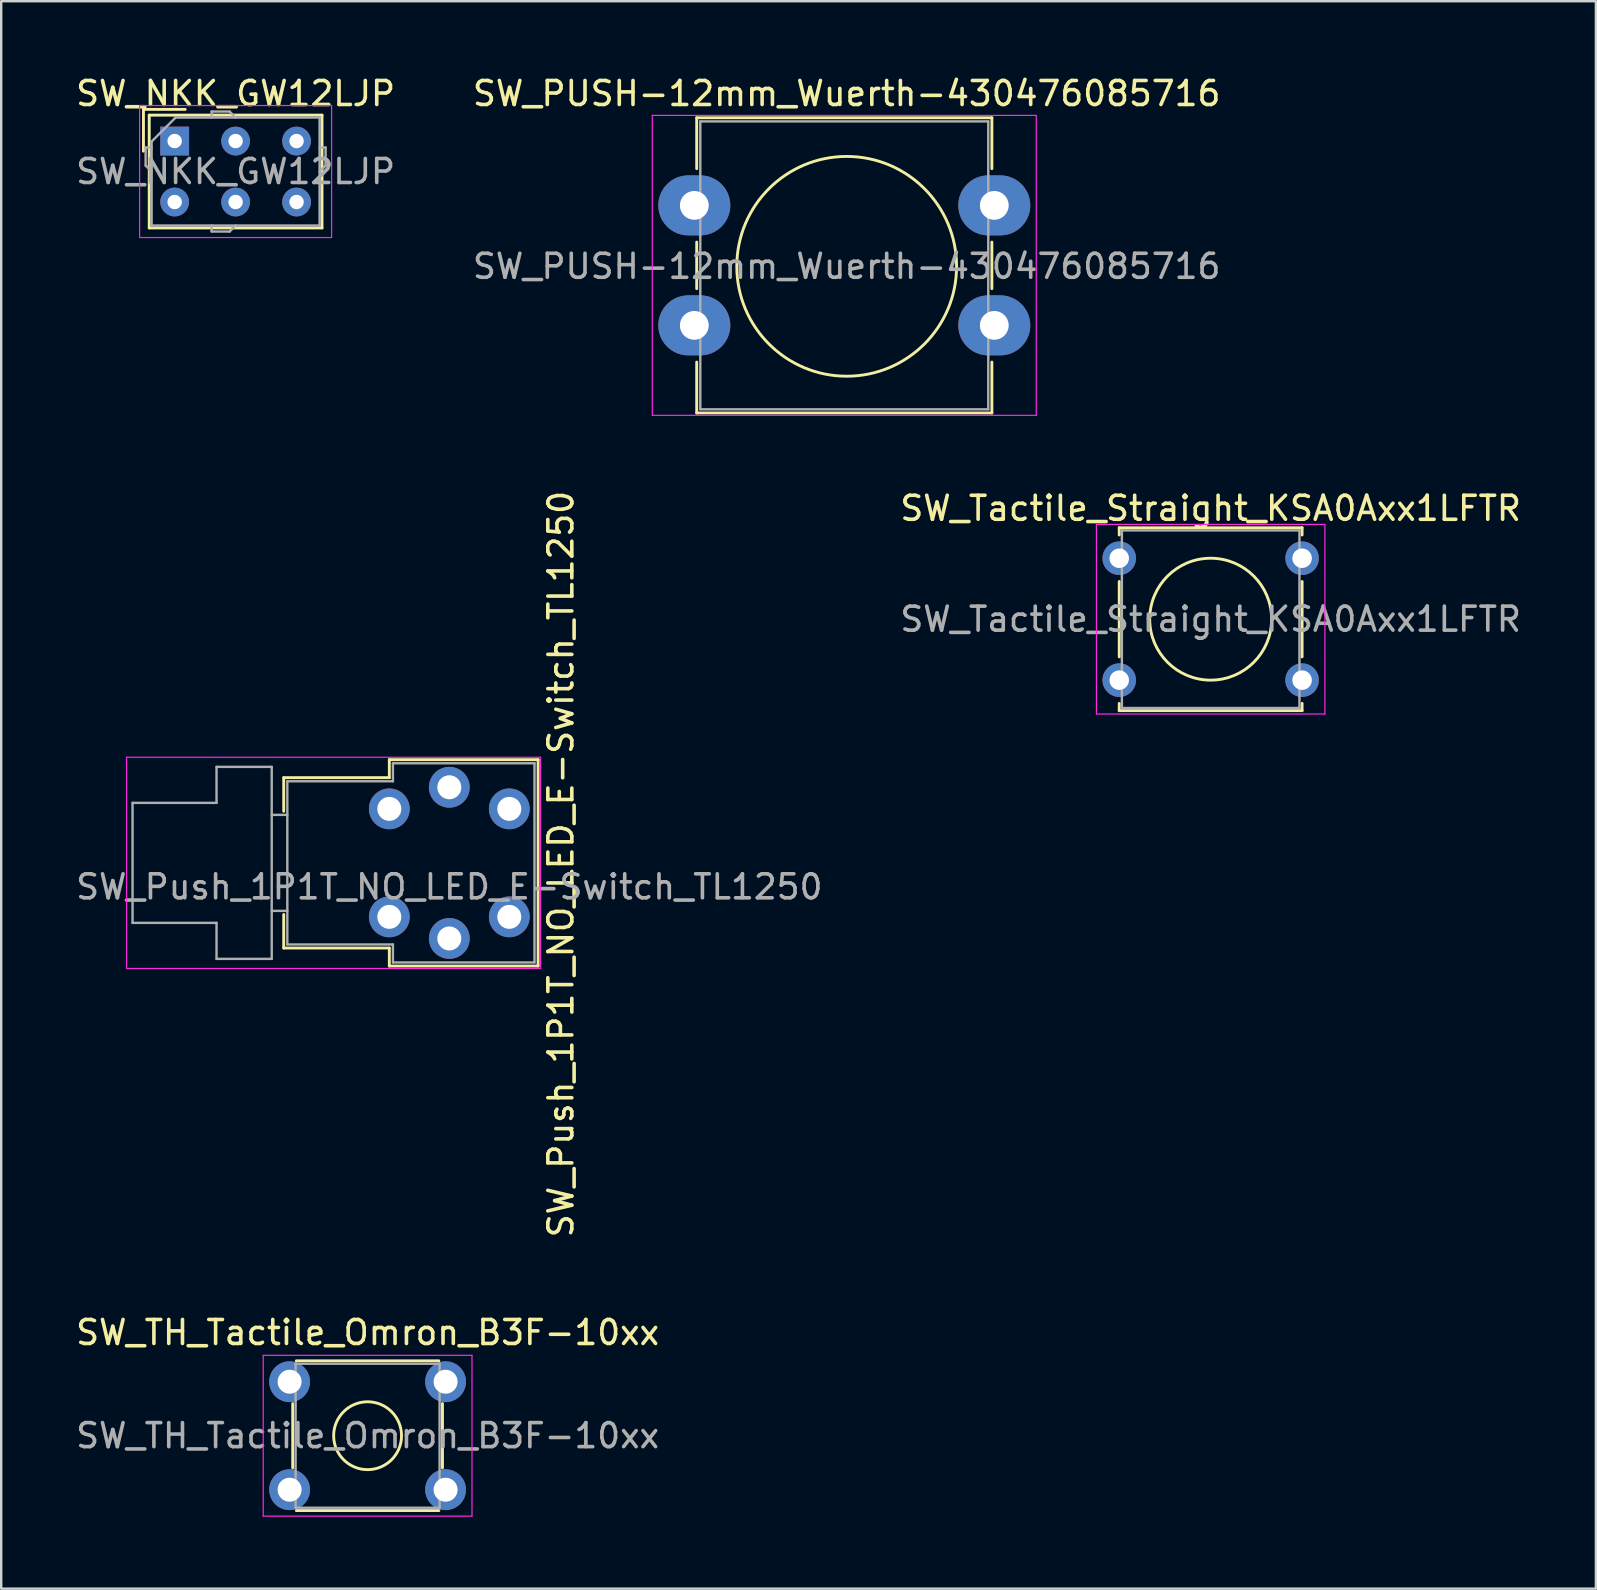
<source format=kicad_pcb>
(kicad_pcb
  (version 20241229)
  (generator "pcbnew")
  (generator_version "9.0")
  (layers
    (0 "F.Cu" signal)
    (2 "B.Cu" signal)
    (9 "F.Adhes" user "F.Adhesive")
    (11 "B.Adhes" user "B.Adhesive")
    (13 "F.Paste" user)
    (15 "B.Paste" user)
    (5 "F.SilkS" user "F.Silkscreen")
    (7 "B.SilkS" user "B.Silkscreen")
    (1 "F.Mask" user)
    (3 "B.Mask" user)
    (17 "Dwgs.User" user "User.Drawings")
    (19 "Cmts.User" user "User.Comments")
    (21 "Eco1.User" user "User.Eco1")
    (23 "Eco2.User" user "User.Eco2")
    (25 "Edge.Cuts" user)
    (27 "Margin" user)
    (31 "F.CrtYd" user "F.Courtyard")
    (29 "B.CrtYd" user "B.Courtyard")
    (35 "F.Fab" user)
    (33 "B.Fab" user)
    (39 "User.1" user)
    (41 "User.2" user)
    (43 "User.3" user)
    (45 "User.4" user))
  (footprint "SW_Push_1P1T_NO_LED_E-Switch_TL1250"
    (layer "F.Cu")
    (at 13.173 30.656)
    (property "Reference" "SW_Push_1P1T_NO_LED_E-Switch_TL1250" (at 7.15 2.3 90) (layer "F.SilkS") (effects (font (size 1 1) (thickness 0.15))))
    (attr through_hole)
    (fp_line (start -4.4 -1.3) (end -4.4 0.1) (stroke (width 0.12) (type solid)) (layer "F.SilkS"))
    (fp_line (start -4.4 5.8) (end -4.4 4.4) (stroke (width 0.12) (type solid)) (layer "F.SilkS"))
    (fp_line (start 0 -2.05) (end 6.2 -2.05) (stroke (width 0.12) (type solid)) (layer "F.SilkS"))
    (fp_line (start 0 -1.3) (end -4.4 -1.3) (stroke (width 0.12) (type solid)) (layer "F.SilkS"))
    (fp_line (start 0 -1.3) (end 0 -2.05) (stroke (width 0.12) (type solid)) (layer "F.SilkS"))
    (fp_line (start 0 5.8) (end -4.4 5.8) (stroke (width 0.12) (type solid)) (layer "F.SilkS"))
    (fp_line (start 0 6.55) (end 0 5.8) (stroke (width 0.12) (type solid)) (layer "F.SilkS"))
    (fp_line (start 6.2 -2.05) (end 6.2 6.55) (stroke (width 0.12) (type solid)) (layer "F.SilkS"))
    (fp_line (start 6.2 6.55) (end 0 6.55) (stroke (width 0.12) (type solid)) (layer "F.SilkS"))
    (fp_line (start -10.95 6.65) (end -10.95 -2.15) (stroke (width 0.05) (type solid)) (layer "F.CrtYd"))
    (fp_line (start 6.3 -2.15) (end -10.95 -2.15) (stroke (width 0.05) (type solid)) (layer "F.CrtYd"))
    (fp_line (start 6.3 -2.15) (end 6.3 6.65) (stroke (width 0.05) (type solid)) (layer "F.CrtYd"))
    (fp_line (start 6.3 6.65) (end -10.95 6.65) (stroke (width 0.05) (type solid)) (layer "F.CrtYd"))
    (fp_line (start -10.7 -0.25) (end -10.7 4.75) (stroke (width 0.1) (type solid)) (layer "F.Fab"))
    (fp_line (start -10.7 4.75) (end -7.2 4.75) (stroke (width 0.1) (type solid)) (layer "F.Fab"))
    (fp_line (start -7.2 -1.75) (end -7.2 -0.25) (stroke (width 0.1) (type solid)) (layer "F.Fab"))
    (fp_line (start -7.2 -0.25) (end -10.7 -0.25) (stroke (width 0.1) (type solid)) (layer "F.Fab"))
    (fp_line (start -7.2 4.75) (end -7.2 6.25) (stroke (width 0.1) (type solid)) (layer "F.Fab"))
    (fp_line (start -7.2 6.25) (end -4.9 6.25) (stroke (width 0.1) (type solid)) (layer "F.Fab"))
    (fp_line (start -4.9 -1.75) (end -7.2 -1.75) (stroke (width 0.1) (type solid)) (layer "F.Fab"))
    (fp_line (start -4.9 0.25) (end -4.25 0.25) (stroke (width 0.1) (type solid)) (layer "F.Fab"))
    (fp_line (start -4.9 4.25) (end -4.25 4.25) (stroke (width 0.1) (type solid)) (layer "F.Fab"))
    (fp_line (start -4.9 6.25) (end -4.9 -1.75) (stroke (width 0.1) (type solid)) (layer "F.Fab"))
    (fp_line (start -4.25 -1.15) (end -4.25 5.65) (stroke (width 0.1) (type solid)) (layer "F.Fab"))
    (fp_line (start -4.25 5.65) (end 0.15 5.65) (stroke (width 0.1) (type solid)) (layer "F.Fab"))
    (fp_line (start 0.15 -1.9) (end 0.15 -1.15) (stroke (width 0.1) (type solid)) (layer "F.Fab"))
    (fp_line (start 0.15 -1.15) (end -4.25 -1.15) (stroke (width 0.1) (type solid)) (layer "F.Fab"))
    (fp_line (start 0.15 5.65) (end 0.15 6.4) (stroke (width 0.1) (type solid)) (layer "F.Fab"))
    (fp_line (start 0.15 6.4) (end 6.05 6.4) (stroke (width 0.1) (type solid)) (layer "F.Fab"))
    (fp_line (start 6.05 -1.9) (end 0.15 -1.9) (stroke (width 0.1) (type solid)) (layer "F.Fab"))
    (fp_line (start 6.05 6.4) (end 6.05 -1.9) (stroke (width 0.1) (type solid)) (layer "F.Fab"))
    (fp_text user "${REFERENCE}" (at 2.5 3.25 0) (layer "F.Fab") (effects (font (size 1 1) (thickness 0.15))))
    (pad "1" thru_hole circle (at 0 0) (size 1.7 1.7) (drill 1) (layers "*.Cu" "*.Mask"))
    (pad "1" thru_hole circle (at 5 0) (size 1.7 1.7) (drill 1) (layers "*.Cu" "*.Mask"))
    (pad "2" thru_hole circle (at 0 4.5) (size 1.7 1.7) (drill 1) (layers "*.Cu" "*.Mask"))
    (pad "2" thru_hole circle (at 5 4.5) (size 1.7 1.7) (drill 1) (layers "*.Cu" "*.Mask"))
    (pad "3" thru_hole circle (at 2.5 -0.9) (size 1.7 1.7) (drill 1) (layers "*.Cu" "*.Mask"))
    (pad "4" thru_hole circle (at 2.5 5.4) (size 1.7 1.7) (drill 1) (layers "*.Cu" "*.Mask")))
  (footprint "SW_NKK_GW12LJP"
    (layer "F.Cu")
    (at 4.228 2.828)
    (property "Reference" "SW_NKK_GW12LJP" (at 2.54 -1.98 0) (layer "F.SilkS") (effects (font (size 1 1) (thickness 0.15))))
    (attr through_hole)
    (fp_line (start -1.3 -1.32) (end 0.44 -1.32) (stroke (width 0.12) (type solid)) (layer "F.SilkS"))
    (fp_line (start -1.3 0.42) (end -1.3 -1.32) (stroke (width 0.12) (type solid)) (layer "F.SilkS"))
    (fp_line (start -1.06 -1.08) (end -1.06 3.62) (stroke (width 0.12) (type solid)) (layer "F.SilkS"))
    (fp_line (start -1.06 3.62) (end 6.14 3.62) (stroke (width 0.12) (type solid)) (layer "F.SilkS"))
    (fp_line (start 6.14 -1.08) (end -1.06 -1.08) (stroke (width 0.12) (type solid)) (layer "F.SilkS"))
    (fp_line (start 6.14 3.62) (end 6.14 -1.08) (stroke (width 0.12) (type solid)) (layer "F.SilkS"))
    (fp_line (start -1.46 -1.48) (end -1.46 4.02) (stroke (width 0.05) (type solid)) (layer "F.CrtYd"))
    (fp_line (start -1.46 4.02) (end 6.54 4.02) (stroke (width 0.05) (type solid)) (layer "F.CrtYd"))
    (fp_line (start 6.54 -1.48) (end -1.46 -1.48) (stroke (width 0.05) (type solid)) (layer "F.CrtYd"))
    (fp_line (start 6.54 4.02) (end 6.54 -1.48) (stroke (width 0.05) (type solid)) (layer "F.CrtYd"))
    (fp_line (start -1.21 0.27) (end -0.96 0.27) (stroke (width 0.1) (type solid)) (layer "F.Fab"))
    (fp_line (start -1.21 1.02) (end -1.21 0.27) (stroke (width 0.1) (type solid)) (layer "F.Fab"))
    (fp_line (start -0.96 0.02) (end 0.04 -0.98) (stroke (width 0.1) (type solid)) (layer "F.Fab"))
    (fp_line (start -0.96 1.27) (end -1.21 1.02) (stroke (width 0.1) (type solid)) (layer "F.Fab"))
    (fp_line (start -0.96 3.52) (end -0.96 0.02) (stroke (width 0.1) (type solid)) (layer "F.Fab"))
    (fp_line (start 0.04 -0.98) (end 6.04 -0.98) (stroke (width 0.1) (type solid)) (layer "F.Fab"))
    (fp_line (start 1.54 -1.23) (end 1.54 -0.98) (stroke (width 0.1) (type solid)) (layer "F.Fab"))
    (fp_line (start 1.54 3.77) (end 1.54 3.52) (stroke (width 0.1) (type solid)) (layer "F.Fab"))
    (fp_line (start 2.29 -1.23) (end 1.54 -1.23) (stroke (width 0.1) (type solid)) (layer "F.Fab"))
    (fp_line (start 2.29 3.77) (end 1.54 3.77) (stroke (width 0.1) (type solid)) (layer "F.Fab"))
    (fp_line (start 2.54 -0.98) (end 2.29 -1.23) (stroke (width 0.1) (type solid)) (layer "F.Fab"))
    (fp_line (start 2.54 3.52) (end 2.29 3.77) (stroke (width 0.1) (type solid)) (layer "F.Fab"))
    (fp_line (start 6.04 -0.98) (end 6.04 3.52) (stroke (width 0.1) (type solid)) (layer "F.Fab"))
    (fp_line (start 6.04 1.27) (end 6.29 1.02) (stroke (width 0.1) (type solid)) (layer "F.Fab"))
    (fp_line (start 6.04 3.52) (end -0.96 3.52) (stroke (width 0.1) (type solid)) (layer "F.Fab"))
    (fp_line (start 6.29 0.27) (end 6.04 0.27) (stroke (width 0.1) (type solid)) (layer "F.Fab"))
    (fp_line (start 6.29 1.02) (end 6.29 0.27) (stroke (width 0.1) (type solid)) (layer "F.Fab"))
    (fp_text user "${REFERENCE}" (at 2.54 1.27 0) (layer "F.Fab") (effects (font (size 1 1) (thickness 0.15))))
    (pad "1" thru_hole rect (at 0 0) (size 1.2 1.2) (drill 0.6) (layers "*.Cu" "*.Mask"))
    (pad "2" thru_hole circle (at 2.54 0) (size 1.2 1.2) (drill 0.6) (layers "*.Cu" "*.Mask"))
    (pad "3" thru_hole circle (at 5.08 0) (size 1.2 1.2) (drill 0.6) (layers "*.Cu" "*.Mask"))
    (pad "4" thru_hole circle (at 0 2.54) (size 1.2 1.2) (drill 0.6) (layers "*.Cu" "*.Mask"))
    (pad "5" thru_hole circle (at 2.54 2.54) (size 1.2 1.2) (drill 0.6) (layers "*.Cu" "*.Mask"))
    (pad "6" thru_hole circle (at 5.08 2.54) (size 1.2 1.2) (drill 0.6) (layers "*.Cu" "*.Mask")))
  (footprint "SW_PUSH-12mm_Wuerth-430476085716"
    (layer "F.Cu")
    (at 25.882 5.508)
    (property "Reference" "SW_PUSH-12mm_Wuerth-430476085716" (at 6.35 -4.66 0) (layer "F.SilkS") (effects (font (size 1 1) (thickness 0.15))))
    (attr through_hole)
    (fp_line (start 0.1 -3.65) (end 12.4 -3.65) (stroke (width 0.12) (type solid)) (layer "F.SilkS"))
    (fp_line (start 0.1 -1.53) (end 0.1 -3.65) (stroke (width 0.12) (type solid)) (layer "F.SilkS"))
    (fp_line (start 0.1 3.47) (end 0.1 1.53) (stroke (width 0.12) (type solid)) (layer "F.SilkS"))
    (fp_line (start 0.1 8.65) (end 0.1 6.53) (stroke (width 0.12) (type solid)) (layer "F.SilkS"))
    (fp_line (start 12.4 -3.65) (end 12.4 -1.53) (stroke (width 0.12) (type solid)) (layer "F.SilkS"))
    (fp_line (start 12.4 1.53) (end 12.4 3.47) (stroke (width 0.12) (type solid)) (layer "F.SilkS"))
    (fp_line (start 12.4 6.53) (end 12.4 8.65) (stroke (width 0.12) (type solid)) (layer "F.SilkS"))
    (fp_line (start 12.4 8.65) (end 0.1 8.65) (stroke (width 0.12) (type solid)) (layer "F.SilkS"))
    (fp_circle (center 6.35 2.54) (end 10.929 2.54) (stroke (width 0.12) (type solid)) (fill no) (layer "F.SilkS"))
    (fp_line (start -1.75 -3.75) (end -1.75 8.75) (stroke (width 0.05) (type solid)) (layer "F.CrtYd"))
    (fp_line (start -1.75 8.75) (end 14.25 8.75) (stroke (width 0.05) (type solid)) (layer "F.CrtYd"))
    (fp_line (start 14.25 -3.75) (end -1.75 -3.75) (stroke (width 0.05) (type solid)) (layer "F.CrtYd"))
    (fp_line (start 14.25 8.75) (end 14.25 -3.75) (stroke (width 0.05) (type solid)) (layer "F.CrtYd"))
    (fp_line (start 0.25 -3.5) (end 0.25 8.5) (stroke (width 0.1) (type solid)) (layer "F.Fab"))
    (fp_line (start 0.25 8.5) (end 12.25 8.5) (stroke (width 0.1) (type solid)) (layer "F.Fab"))
    (fp_line (start 12.25 -3.5) (end 0.25 -3.5) (stroke (width 0.1) (type solid)) (layer "F.Fab"))
    (fp_line (start 12.25 8.5) (end 12.25 -3.5) (stroke (width 0.1) (type solid)) (layer "F.Fab"))
    (fp_text user "${REFERENCE}" (at 6.35 2.54 0) (layer "F.Fab") (effects (font (size 1 1) (thickness 0.15))))
    (pad "1" thru_hole oval (at 0 0) (size 3 2.5) (drill 1.2) (layers "*.Cu" "*.Mask"))
    (pad "1" thru_hole oval (at 12.5 0) (size 3 2.5) (drill 1.2) (layers "*.Cu" "*.Mask"))
    (pad "2" thru_hole oval (at 0 5) (size 3 2.5) (drill 1.2) (layers "*.Cu" "*.Mask"))
    (pad "2" thru_hole oval (at 12.5 5) (size 3 2.5) (drill 1.2) (layers "*.Cu" "*.Mask")))
  (footprint "SW_Tactile_Straight_KSA0Axx1LFTR"
    (layer "F.Cu")
    (at 43.589 20.212)
    (property "Reference" "SW_Tactile_Straight_KSA0Axx1LFTR" (at 3.81 -2.08 0) (layer "F.SilkS") (effects (font (size 1 1) (thickness 0.15))))
    (attr through_hole)
    (fp_line (start 0 -1.27) (end 0 -0.97) (stroke (width 0.12) (type solid)) (layer "F.SilkS"))
    (fp_line (start 0 -1.27) (end 7.62 -1.27) (stroke (width 0.12) (type solid)) (layer "F.SilkS"))
    (fp_line (start 0 0.97) (end 0 4.11) (stroke (width 0.12) (type solid)) (layer "F.SilkS"))
    (fp_line (start 0 6.05) (end 0 6.35) (stroke (width 0.12) (type solid)) (layer "F.SilkS"))
    (fp_line (start 7.62 -1.27) (end 7.62 -0.97) (stroke (width 0.12) (type solid)) (layer "F.SilkS"))
    (fp_line (start 7.62 0.97) (end 7.62 4.11) (stroke (width 0.12) (type solid)) (layer "F.SilkS"))
    (fp_line (start 7.62 6.05) (end 7.62 6.35) (stroke (width 0.12) (type solid)) (layer "F.SilkS"))
    (fp_line (start 7.62 6.35) (end 0 6.35) (stroke (width 0.12) (type solid)) (layer "F.SilkS"))
    (fp_circle (center 3.81 2.54) (end 3.81 0) (stroke (width 0.12) (type solid)) (fill no) (layer "F.SilkS"))
    (fp_line (start -0.95 -1.41) (end -0.95 6.49) (stroke (width 0.05) (type solid)) (layer "F.CrtYd"))
    (fp_line (start -0.95 -1.41) (end 8.57 -1.41) (stroke (width 0.05) (type solid)) (layer "F.CrtYd"))
    (fp_line (start 8.57 6.49) (end -0.95 6.49) (stroke (width 0.05) (type solid)) (layer "F.CrtYd"))
    (fp_line (start 8.57 6.49) (end 8.57 -1.41) (stroke (width 0.05) (type solid)) (layer "F.CrtYd"))
    (fp_line (start 0.11 -1.16) (end 7.51 -1.16) (stroke (width 0.1) (type solid)) (layer "F.Fab"))
    (fp_line (start 0.11 6.24) (end 0.11 -1.16) (stroke (width 0.1) (type solid)) (layer "F.Fab"))
    (fp_line (start 7.51 -1.16) (end 7.51 6.24) (stroke (width 0.1) (type solid)) (layer "F.Fab"))
    (fp_line (start 7.51 6.24) (end 0.11 6.24) (stroke (width 0.1) (type solid)) (layer "F.Fab"))
    (fp_text user "${REFERENCE}" (at 3.81 2.54 0) (layer "F.Fab") (effects (font (size 1 1) (thickness 0.15))))
    (pad "1" thru_hole circle (at 0 0) (size 1.397 1.397) (drill 0.813) (layers "*.Cu" "*.Mask"))
    (pad "1" thru_hole circle (at 7.62 0) (size 1.397 1.397) (drill 0.813) (layers "*.Cu" "*.Mask"))
    (pad "2" thru_hole circle (at 0 5.08) (size 1.397 1.397) (drill 0.813) (layers "*.Cu" "*.Mask"))
    (pad "2" thru_hole circle (at 7.62 5.08) (size 1.397 1.397) (drill 0.813) (layers "*.Cu" "*.Mask")))
  (footprint "SW_TH_Tactile_Omron_B3F-10xx"
    (layer "F.Cu")
    (at 9.018 54.527)
    (property "Reference" "SW_TH_Tactile_Omron_B3F-10xx" (at 3.25 -2.05 0) (layer "F.SilkS") (effects (font (size 1 1) (thickness 0.15))))
    (attr through_hole)
    (fp_line (start 0.13 3.59) (end 0.13 0.91) (stroke (width 0.12) (type solid)) (layer "F.SilkS"))
    (fp_line (start 0.28 -0.87) (end 6.22 -0.87) (stroke (width 0.12) (type solid)) (layer "F.SilkS"))
    (fp_line (start 0.28 5.37) (end 6.22 5.37) (stroke (width 0.12) (type solid)) (layer "F.SilkS"))
    (fp_line (start 6.37 0.91) (end 6.37 3.59) (stroke (width 0.12) (type solid)) (layer "F.SilkS"))
    (fp_circle (center 3.25 2.25) (end 4.25 3.25) (stroke (width 0.12) (type solid)) (fill no) (layer "F.SilkS"))
    (fp_line (start -1.1 -1.1) (end -1.1 5.6) (stroke (width 0.05) (type solid)) (layer "F.CrtYd"))
    (fp_line (start -1.1 -1.1) (end 7.6 -1.1) (stroke (width 0.05) (type solid)) (layer "F.CrtYd"))
    (fp_line (start -1.1 5.6) (end 7.6 5.6) (stroke (width 0.05) (type solid)) (layer "F.CrtYd"))
    (fp_line (start 7.6 5.6) (end 7.6 -1.1) (stroke (width 0.05) (type solid)) (layer "F.CrtYd"))
    (fp_line (start 0.25 -0.75) (end 0.25 5.25) (stroke (width 0.1) (type solid)) (layer "F.Fab"))
    (fp_line (start 0.25 -0.75) (end 6.25 -0.75) (stroke (width 0.1) (type solid)) (layer "F.Fab"))
    (fp_line (start 0.25 5.25) (end 6.25 5.25) (stroke (width 0.1) (type solid)) (layer "F.Fab"))
    (fp_line (start 6.25 -0.75) (end 6.25 5.25) (stroke (width 0.1) (type solid)) (layer "F.Fab"))
    (fp_text user "${REFERENCE}" (at 3.25 2.25 0) (layer "F.Fab") (effects (font (size 1 1) (thickness 0.15))))
    (pad "1" thru_hole circle (at 0 0) (size 1.7 1.7) (drill 1) (layers "*.Cu" "*.Mask"))
    (pad "2" thru_hole circle (at 6.5 0) (size 1.7 1.7) (drill 1) (layers "*.Cu" "*.Mask"))
    (pad "3" thru_hole circle (at 0 4.5) (size 1.7 1.7) (drill 1) (layers "*.Cu" "*.Mask"))
    (pad "4" thru_hole circle (at 6.5 4.5) (size 1.7 1.7) (drill 1) (layers "*.Cu" "*.Mask")))
  (gr_rect
    (start -3 -3)
    (end 63.452 63.152)
    (stroke (width 0.1) (type default))
    (fill no)
    (layer "Edge.Cuts")))
</source>
